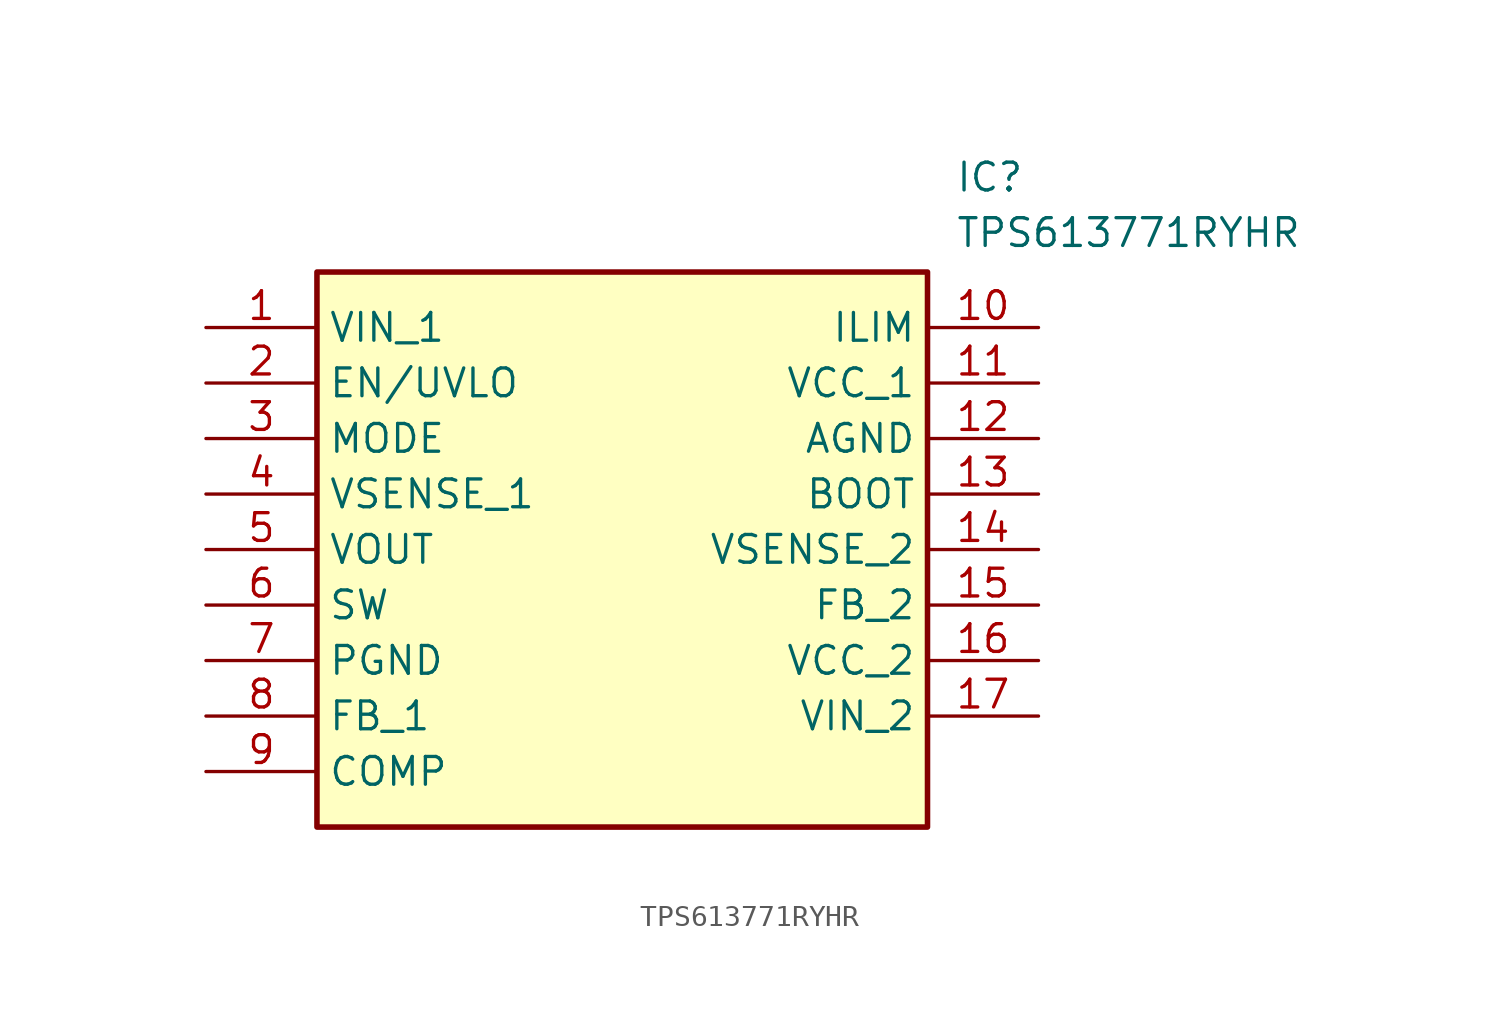
<source format=kicad_sym>
(kicad_symbol_lib
  (version 20211014)
  (generator SamacSys_ECAD_Model)
  (symbol "TPS613771RYHR"
    (property "Reference" "IC"
      (at 34.29 7.62 0)
      (effects (font (size 1.27 1.27)) (justify left top)))
    (property "Value" "TPS613771RYHR"
      (at 34.29 5.08 0)
      (effects (font (size 1.27 1.27)) (justify left top)))
    (rectangle
      (start 5.08 2.54)
      (end 33.02 -22.86)
      (stroke (width 0.254) (type default))
      (fill (type background)))
    (pin passive line
      (at 0 0 0)
      (length 5.08)
      (name "VIN_1" (effects (font (size 1.27 1.27))))
      (number "1" (effects (font (size 1.27 1.27)))))
    (pin passive line
      (at 0 -2.54 0)
      (length 5.08)
      (name "EN/UVLO" (effects (font (size 1.27 1.27))))
      (number "2" (effects (font (size 1.27 1.27)))))
    (pin passive line
      (at 0 -5.08 0)
      (length 5.08)
      (name "MODE" (effects (font (size 1.27 1.27))))
      (number "3" (effects (font (size 1.27 1.27)))))
    (pin passive line
      (at 0 -7.62 0)
      (length 5.08)
      (name "VSENSE_1" (effects (font (size 1.27 1.27))))
      (number "4" (effects (font (size 1.27 1.27)))))
    (pin passive line
      (at 0 -10.16 0)
      (length 5.08)
      (name "VOUT" (effects (font (size 1.27 1.27))))
      (number "5" (effects (font (size 1.27 1.27)))))
    (pin passive line
      (at 0 -12.7 0)
      (length 5.08)
      (name "SW" (effects (font (size 1.27 1.27))))
      (number "6" (effects (font (size 1.27 1.27)))))
    (pin passive line
      (at 0 -15.24 0)
      (length 5.08)
      (name "PGND" (effects (font (size 1.27 1.27))))
      (number "7" (effects (font (size 1.27 1.27)))))
    (pin passive line
      (at 0 -17.78 0)
      (length 5.08)
      (name "FB_1" (effects (font (size 1.27 1.27))))
      (number "8" (effects (font (size 1.27 1.27)))))
    (pin passive line
      (at 0 -20.32 0)
      (length 5.08)
      (name "COMP" (effects (font (size 1.27 1.27))))
      (number "9" (effects (font (size 1.27 1.27)))))
    (pin passive line
      (at 38.1 0 180)
      (length 5.08)
      (name "ILIM" (effects (font (size 1.27 1.27))))
      (number "10" (effects (font (size 1.27 1.27)))))
    (pin passive line
      (at 38.1 -2.54 180)
      (length 5.08)
      (name "VCC_1" (effects (font (size 1.27 1.27))))
      (number "11" (effects (font (size 1.27 1.27)))))
    (pin passive line
      (at 38.1 -5.08 180)
      (length 5.08)
      (name "AGND" (effects (font (size 1.27 1.27))))
      (number "12" (effects (font (size 1.27 1.27)))))
    (pin passive line
      (at 38.1 -7.62 180)
      (length 5.08)
      (name "BOOT" (effects (font (size 1.27 1.27))))
      (number "13" (effects (font (size 1.27 1.27)))))
    (pin passive line
      (at 38.1 -10.16 180)
      (length 5.08)
      (name "VSENSE_2" (effects (font (size 1.27 1.27))))
      (number "14" (effects (font (size 1.27 1.27)))))
    (pin passive line
      (at 38.1 -12.7 180)
      (length 5.08)
      (name "FB_2" (effects (font (size 1.27 1.27))))
      (number "15" (effects (font (size 1.27 1.27)))))
    (pin passive line
      (at 38.1 -15.24 180)
      (length 5.08)
      (name "VCC_2" (effects (font (size 1.27 1.27))))
      (number "16" (effects (font (size 1.27 1.27)))))
    (pin passive line
      (at 38.1 -17.78 180)
      (length 5.08)
      (name "VIN_2" (effects (font (size 1.27 1.27))))
      (number "17" (effects (font (size 1.27 1.27)))))))
</source>
